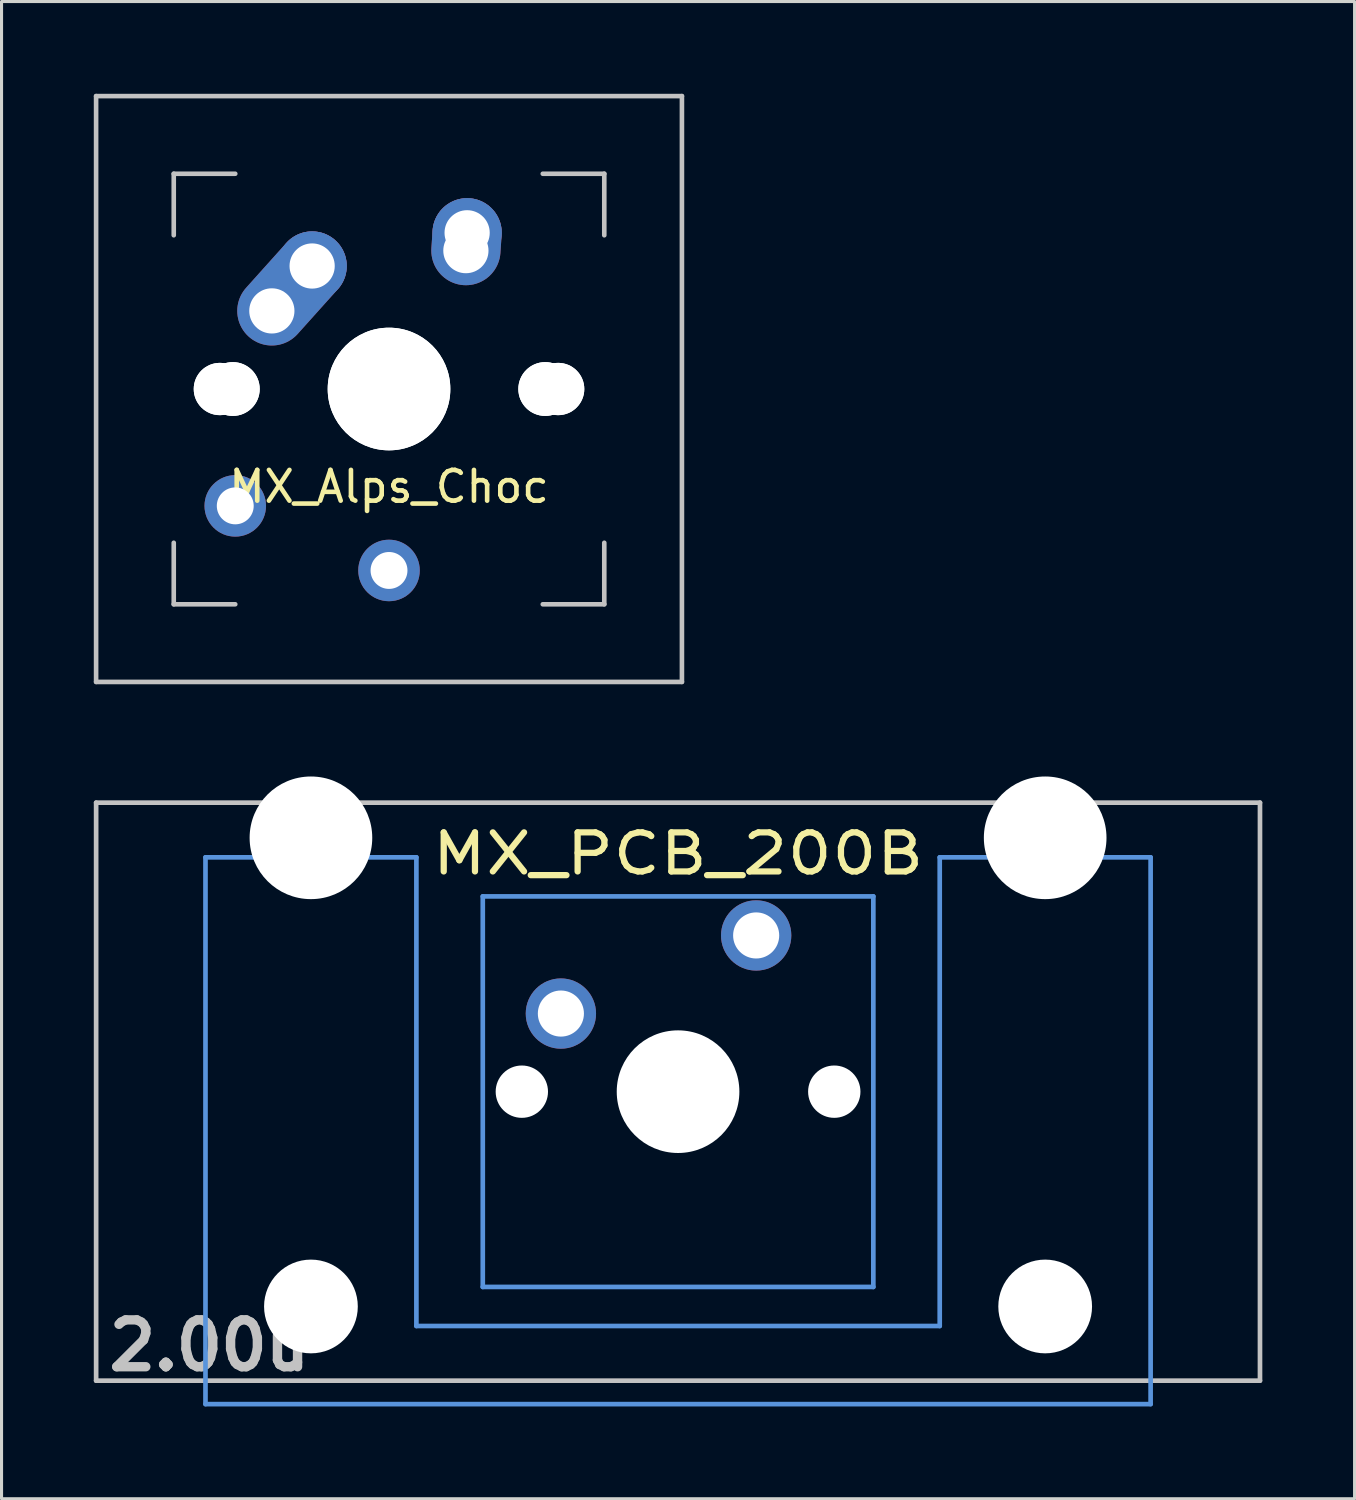
<source format=kicad_pcb>
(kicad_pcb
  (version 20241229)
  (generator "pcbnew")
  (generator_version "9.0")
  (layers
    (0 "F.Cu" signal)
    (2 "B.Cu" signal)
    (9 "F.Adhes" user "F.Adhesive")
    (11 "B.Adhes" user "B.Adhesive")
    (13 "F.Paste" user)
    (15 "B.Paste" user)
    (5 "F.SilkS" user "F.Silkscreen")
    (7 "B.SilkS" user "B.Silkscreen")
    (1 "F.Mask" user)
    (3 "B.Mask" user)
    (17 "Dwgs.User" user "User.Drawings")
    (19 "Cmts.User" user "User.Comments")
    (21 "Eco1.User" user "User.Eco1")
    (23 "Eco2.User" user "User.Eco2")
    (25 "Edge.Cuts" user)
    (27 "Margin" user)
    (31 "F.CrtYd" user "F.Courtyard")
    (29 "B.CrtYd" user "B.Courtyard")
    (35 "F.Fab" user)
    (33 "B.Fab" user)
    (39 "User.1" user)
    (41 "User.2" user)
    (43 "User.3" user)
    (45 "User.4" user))
  (footprint "MX_PCB_200B"
    (layer "F.Cu")
    (at 18.999 32.449)
    (property "Reference" "MX_PCB_200B" (at 0 -7.739 0) (layer "F.SilkS") (effects (font (size 1.27 1.524) (thickness 0.203))))
    (attr through_hole)
    (fp_line (start -18.923 -9.398) (end 18.923 -9.398) (stroke (width 0.152) (type solid)) (layer "Dwgs.User"))
    (fp_line (start -18.923 9.398) (end -18.923 -9.398) (stroke (width 0.152) (type solid)) (layer "Dwgs.User"))
    (fp_line (start 18.923 -9.398) (end 18.923 9.398) (stroke (width 0.152) (type solid)) (layer "Dwgs.User"))
    (fp_line (start 18.923 9.398) (end -18.923 9.398) (stroke (width 0.152) (type solid)) (layer "Dwgs.User"))
    (fp_line (start -15.367 -7.62) (end -15.367 10.16) (stroke (width 0.152) (type solid)) (layer "Cmts.User"))
    (fp_line (start -15.367 10.16) (end 15.367 10.16) (stroke (width 0.152) (type solid)) (layer "Cmts.User"))
    (fp_line (start -8.509 -7.62) (end -15.367 -7.62) (stroke (width 0.152) (type solid)) (layer "Cmts.User"))
    (fp_line (start -8.509 7.62) (end -8.509 -7.62) (stroke (width 0.152) (type solid)) (layer "Cmts.User"))
    (fp_line (start -6.35 -6.35) (end 6.35 -6.35) (stroke (width 0.152) (type solid)) (layer "Cmts.User"))
    (fp_line (start -6.35 6.35) (end -6.35 -6.35) (stroke (width 0.152) (type solid)) (layer "Cmts.User"))
    (fp_line (start 6.35 -6.35) (end 6.35 6.35) (stroke (width 0.152) (type solid)) (layer "Cmts.User"))
    (fp_line (start 6.35 6.35) (end -6.35 6.35) (stroke (width 0.152) (type solid)) (layer "Cmts.User"))
    (fp_line (start 8.509 -7.62) (end 8.509 7.62) (stroke (width 0.152) (type solid)) (layer "Cmts.User"))
    (fp_line (start 8.509 7.62) (end -8.509 7.62) (stroke (width 0.152) (type solid)) (layer "Cmts.User"))
    (fp_line (start 15.367 -7.62) (end 8.509 -7.62) (stroke (width 0.152) (type solid)) (layer "Cmts.User"))
    (fp_line (start 15.367 10.16) (end 15.367 -7.62) (stroke (width 0.152) (type solid)) (layer "Cmts.User"))
    (fp_line (start -16.129 -0.508) (end -15.265 -0.508) (stroke (width 0.152) (type solid)) (layer "Eco2.User"))
    (fp_line (start -16.129 2.286) (end -16.129 -0.508) (stroke (width 0.152) (type solid)) (layer "Eco2.User"))
    (fp_line (start -15.265 -6.604) (end -14.224 -6.604) (stroke (width 0.152) (type solid)) (layer "Eco2.User"))
    (fp_line (start -15.265 -0.508) (end -15.265 -6.604) (stroke (width 0.152) (type solid)) (layer "Eco2.User"))
    (fp_line (start -15.265 2.286) (end -16.129 2.286) (stroke (width 0.152) (type solid)) (layer "Eco2.User"))
    (fp_line (start -15.265 5.69) (end -15.265 2.286) (stroke (width 0.152) (type solid)) (layer "Eco2.User"))
    (fp_line (start -14.224 -7.772) (end -9.652 -7.772) (stroke (width 0.152) (type solid)) (layer "Eco2.User"))
    (fp_line (start -14.224 -6.604) (end -14.224 -7.772) (stroke (width 0.152) (type solid)) (layer "Eco2.User"))
    (fp_line (start -9.652 -7.772) (end -9.652 -6.604) (stroke (width 0.152) (type solid)) (layer "Eco2.User"))
    (fp_line (start -9.652 -6.604) (end -8.611 -6.604) (stroke (width 0.152) (type solid)) (layer "Eco2.User"))
    (fp_line (start -8.611 -6.604) (end -8.611 -5.817) (stroke (width 0.152) (type solid)) (layer "Eco2.User"))
    (fp_line (start -8.611 -5.817) (end -6.985 -5.817) (stroke (width 0.152) (type solid)) (layer "Eco2.User"))
    (fp_line (start -8.611 4.877) (end -8.611 5.69) (stroke (width 0.152) (type solid)) (layer "Eco2.User"))
    (fp_line (start -8.611 5.69) (end -15.265 5.69) (stroke (width 0.152) (type solid)) (layer "Eco2.User"))
    (fp_line (start -6.985 -6.985) (end 6.985 -6.985) (stroke (width 0.152) (type solid)) (layer "Eco2.User"))
    (fp_line (start -6.985 -5.817) (end -6.985 -6.985) (stroke (width 0.152) (type solid)) (layer "Eco2.User"))
    (fp_line (start -6.985 4.877) (end -8.611 4.877) (stroke (width 0.152) (type solid)) (layer "Eco2.User"))
    (fp_line (start -6.985 6.985) (end -6.985 4.877) (stroke (width 0.152) (type solid)) (layer "Eco2.User"))
    (fp_line (start 6.985 -6.985) (end 6.985 -5.817) (stroke (width 0.152) (type solid)) (layer "Eco2.User"))
    (fp_line (start 6.985 -5.817) (end 8.611 -5.817) (stroke (width 0.152) (type solid)) (layer "Eco2.User"))
    (fp_line (start 6.985 4.877) (end 6.985 6.985) (stroke (width 0.152) (type solid)) (layer "Eco2.User"))
    (fp_line (start 6.985 6.985) (end -6.985 6.985) (stroke (width 0.152) (type solid)) (layer "Eco2.User"))
    (fp_line (start 8.611 -6.604) (end 9.652 -6.604) (stroke (width 0.152) (type solid)) (layer "Eco2.User"))
    (fp_line (start 8.611 -5.817) (end 8.611 -6.604) (stroke (width 0.152) (type solid)) (layer "Eco2.User"))
    (fp_line (start 8.611 4.877) (end 6.985 4.877) (stroke (width 0.152) (type solid)) (layer "Eco2.User"))
    (fp_line (start 8.611 5.69) (end 8.611 4.877) (stroke (width 0.152) (type solid)) (layer "Eco2.User"))
    (fp_line (start 9.652 -7.772) (end 14.224 -7.772) (stroke (width 0.152) (type solid)) (layer "Eco2.User"))
    (fp_line (start 9.652 -6.604) (end 9.652 -7.772) (stroke (width 0.152) (type solid)) (layer "Eco2.User"))
    (fp_line (start 14.224 -7.772) (end 14.224 -6.604) (stroke (width 0.152) (type solid)) (layer "Eco2.User"))
    (fp_line (start 14.224 -6.604) (end 15.265 -6.604) (stroke (width 0.152) (type solid)) (layer "Eco2.User"))
    (fp_line (start 15.265 -6.604) (end 15.265 -0.508) (stroke (width 0.152) (type solid)) (layer "Eco2.User"))
    (fp_line (start 15.265 -0.508) (end 16.129 -0.508) (stroke (width 0.152) (type solid)) (layer "Eco2.User"))
    (fp_line (start 15.265 2.286) (end 15.265 5.69) (stroke (width 0.152) (type solid)) (layer "Eco2.User"))
    (fp_line (start 15.265 5.69) (end 8.611 5.69) (stroke (width 0.152) (type solid)) (layer "Eco2.User"))
    (fp_line (start 16.129 -0.508) (end 16.129 2.286) (stroke (width 0.152) (type solid)) (layer "Eco2.User"))
    (fp_line (start 16.129 2.286) (end 15.265 2.286) (stroke (width 0.152) (type solid)) (layer "Eco2.User"))
    (fp_text user "2.00u" (at -15.24 8.255 0) (layer "Dwgs.User") (effects (font (size 1.524 1.524) (thickness 0.305))))
    (pad "" np_thru_hole circle (at -11.938 -8.255) (size 3.988 3.988) (drill 3.988) (layers "*.Cu" "*.Mask"))
    (pad "" np_thru_hole circle (at -11.938 6.985 90) (size 3.048 3.048) (drill 3.048) (layers "*.Cu" "*.Mask"))
    (pad "" np_thru_hole circle (at -5.08 0 180) (size 1.702 1.702) (drill 1.702) (layers "*.Cu"))
    (pad "" np_thru_hole circle (at 0 0) (size 3.988 3.988) (drill 3.988) (layers "*.Cu" "*.Mask"))
    (pad "" np_thru_hole circle (at 5.08 0 180) (size 1.702 1.702) (drill 1.702) (layers "*.Cu"))
    (pad "" np_thru_hole circle (at 11.938 -8.255) (size 3.988 3.988) (drill 3.988) (layers "*.Cu" "*.Mask"))
    (pad "" np_thru_hole circle (at 11.938 6.985 90) (size 3.048 3.048) (drill 3.048) (layers "*.Cu" "*.Mask"))
    (pad "1" thru_hole circle (at 2.54 -5.08) (size 2.286 2.286) (drill 1.499) (layers "*.Cu" "*.Mask"))
    (pad "2" thru_hole circle (at -3.81 -2.54) (size 2.286 2.286) (drill 1.499) (layers "*.Cu" "*.Mask")))
  (footprint "MX_Alps_Choc"
    (layer "F.Cu")
    (at 9.6 9.6)
    (property "Reference" "MX_Alps_Choc" (at 0 3.175 0) (layer "F.SilkS") (effects (font (size 1 1) (thickness 0.15))))
    (attr through_hole)
    (fp_line (start -9.525 -9.525) (end 9.525 -9.525) (stroke (width 0.15) (type solid)) (layer "Dwgs.User"))
    (fp_line (start -9.525 9.525) (end -9.525 -9.525) (stroke (width 0.15) (type solid)) (layer "Dwgs.User"))
    (fp_line (start -7 -7) (end -7 -5) (stroke (width 0.15) (type solid)) (layer "Dwgs.User"))
    (fp_line (start -7 5) (end -7 7) (stroke (width 0.15) (type solid)) (layer "Dwgs.User"))
    (fp_line (start -7 7) (end -5 7) (stroke (width 0.15) (type solid)) (layer "Dwgs.User"))
    (fp_line (start -5 -7) (end -7 -7) (stroke (width 0.15) (type solid)) (layer "Dwgs.User"))
    (fp_line (start 5 -7) (end 7 -7) (stroke (width 0.15) (type solid)) (layer "Dwgs.User"))
    (fp_line (start 5 7) (end 7 7) (stroke (width 0.15) (type solid)) (layer "Dwgs.User"))
    (fp_line (start 7 -7) (end 7 -5) (stroke (width 0.15) (type solid)) (layer "Dwgs.User"))
    (fp_line (start 7 7) (end 7 5) (stroke (width 0.15) (type solid)) (layer "Dwgs.User"))
    (fp_line (start 9.525 -9.525) (end 9.525 9.525) (stroke (width 0.15) (type solid)) (layer "Dwgs.User"))
    (fp_line (start 9.525 9.525) (end -9.525 9.525) (stroke (width 0.15) (type solid)) (layer "Dwgs.User"))
    (pad "" np_thru_hole circle (at -5.5 0 228.1) (size 1.7 1.7) (drill 1.7) (layers "*.Cu" "*.Mask"))
    (pad "" np_thru_hole circle (at -5.5 0 48.1) (size 1.7 1.7) (drill 1.7) (layers "*.Cu" "*.Mask"))
    (pad "" np_thru_hole circle (at -5.08 0 228.1) (size 1.75 1.75) (drill 1.75) (layers "*.Cu" "*.Mask"))
    (pad "" np_thru_hole circle (at -5.08 0 48.1) (size 1.75 1.75) (drill 1.75) (layers "*.Cu" "*.Mask"))
    (pad "" np_thru_hole circle (at 0 0) (size 3.988 3.988) (drill 3.988) (layers "*.Cu" "*.Mask"))
    (pad "" np_thru_hole circle (at 0 0 180) (size 3.988 3.988) (drill 3.988) (layers "*.Cu" "*.Mask"))
    (pad "" np_thru_hole circle (at 5.08 0 228.1) (size 1.75 1.75) (drill 1.75) (layers "*.Cu" "*.Mask"))
    (pad "" np_thru_hole circle (at 5.08 0 48.1) (size 1.75 1.75) (drill 1.75) (layers "*.Cu" "*.Mask"))
    (pad "" np_thru_hole circle (at 5.5 0 48.1) (size 1.7 1.7) (drill 1.7) (layers "*.Cu" "*.Mask"))
    (pad "" np_thru_hole circle (at 5.5 0 228.1) (size 1.7 1.7) (drill 1.7) (layers "*.Cu" "*.Mask"))
    (pad "1" thru_hole circle (at -5 3.8 180) (size 2 2) (drill 1.2) (layers "*.Cu" "*.Mask"))
    (pad "1" thru_hole oval (at 2.5 -4.5 86.1) (size 2.831 2.25) (drill 1.47 (offset 0.291 0)) (layers "*.Cu" "*.Mask"))
    (pad "1" thru_hole circle (at 2.54 -5.08) (size 2.25 2.25) (drill 1.47) (layers "*.Cu" "*.Mask"))
    (pad "2" thru_hole oval (at -3.81 -2.54 48.1) (size 4.212 2.25) (drill 1.47 (offset 0.981 0)) (layers "*.Cu" "*.Mask"))
    (pad "2" thru_hole circle (at -2.5 -4) (size 2.25 2.25) (drill 1.47) (layers "*.Cu" "*.Mask"))
    (pad "2" thru_hole circle (at 0 5.9 180) (size 2 2) (drill 1.2) (layers "*.Cu" "*.Mask")))
  (gr_rect
    (start -3 -3)
    (end 40.998 45.685)
    (stroke (width 0.1) (type default))
    (fill no)
    (layer "Edge.Cuts")))
</source>
